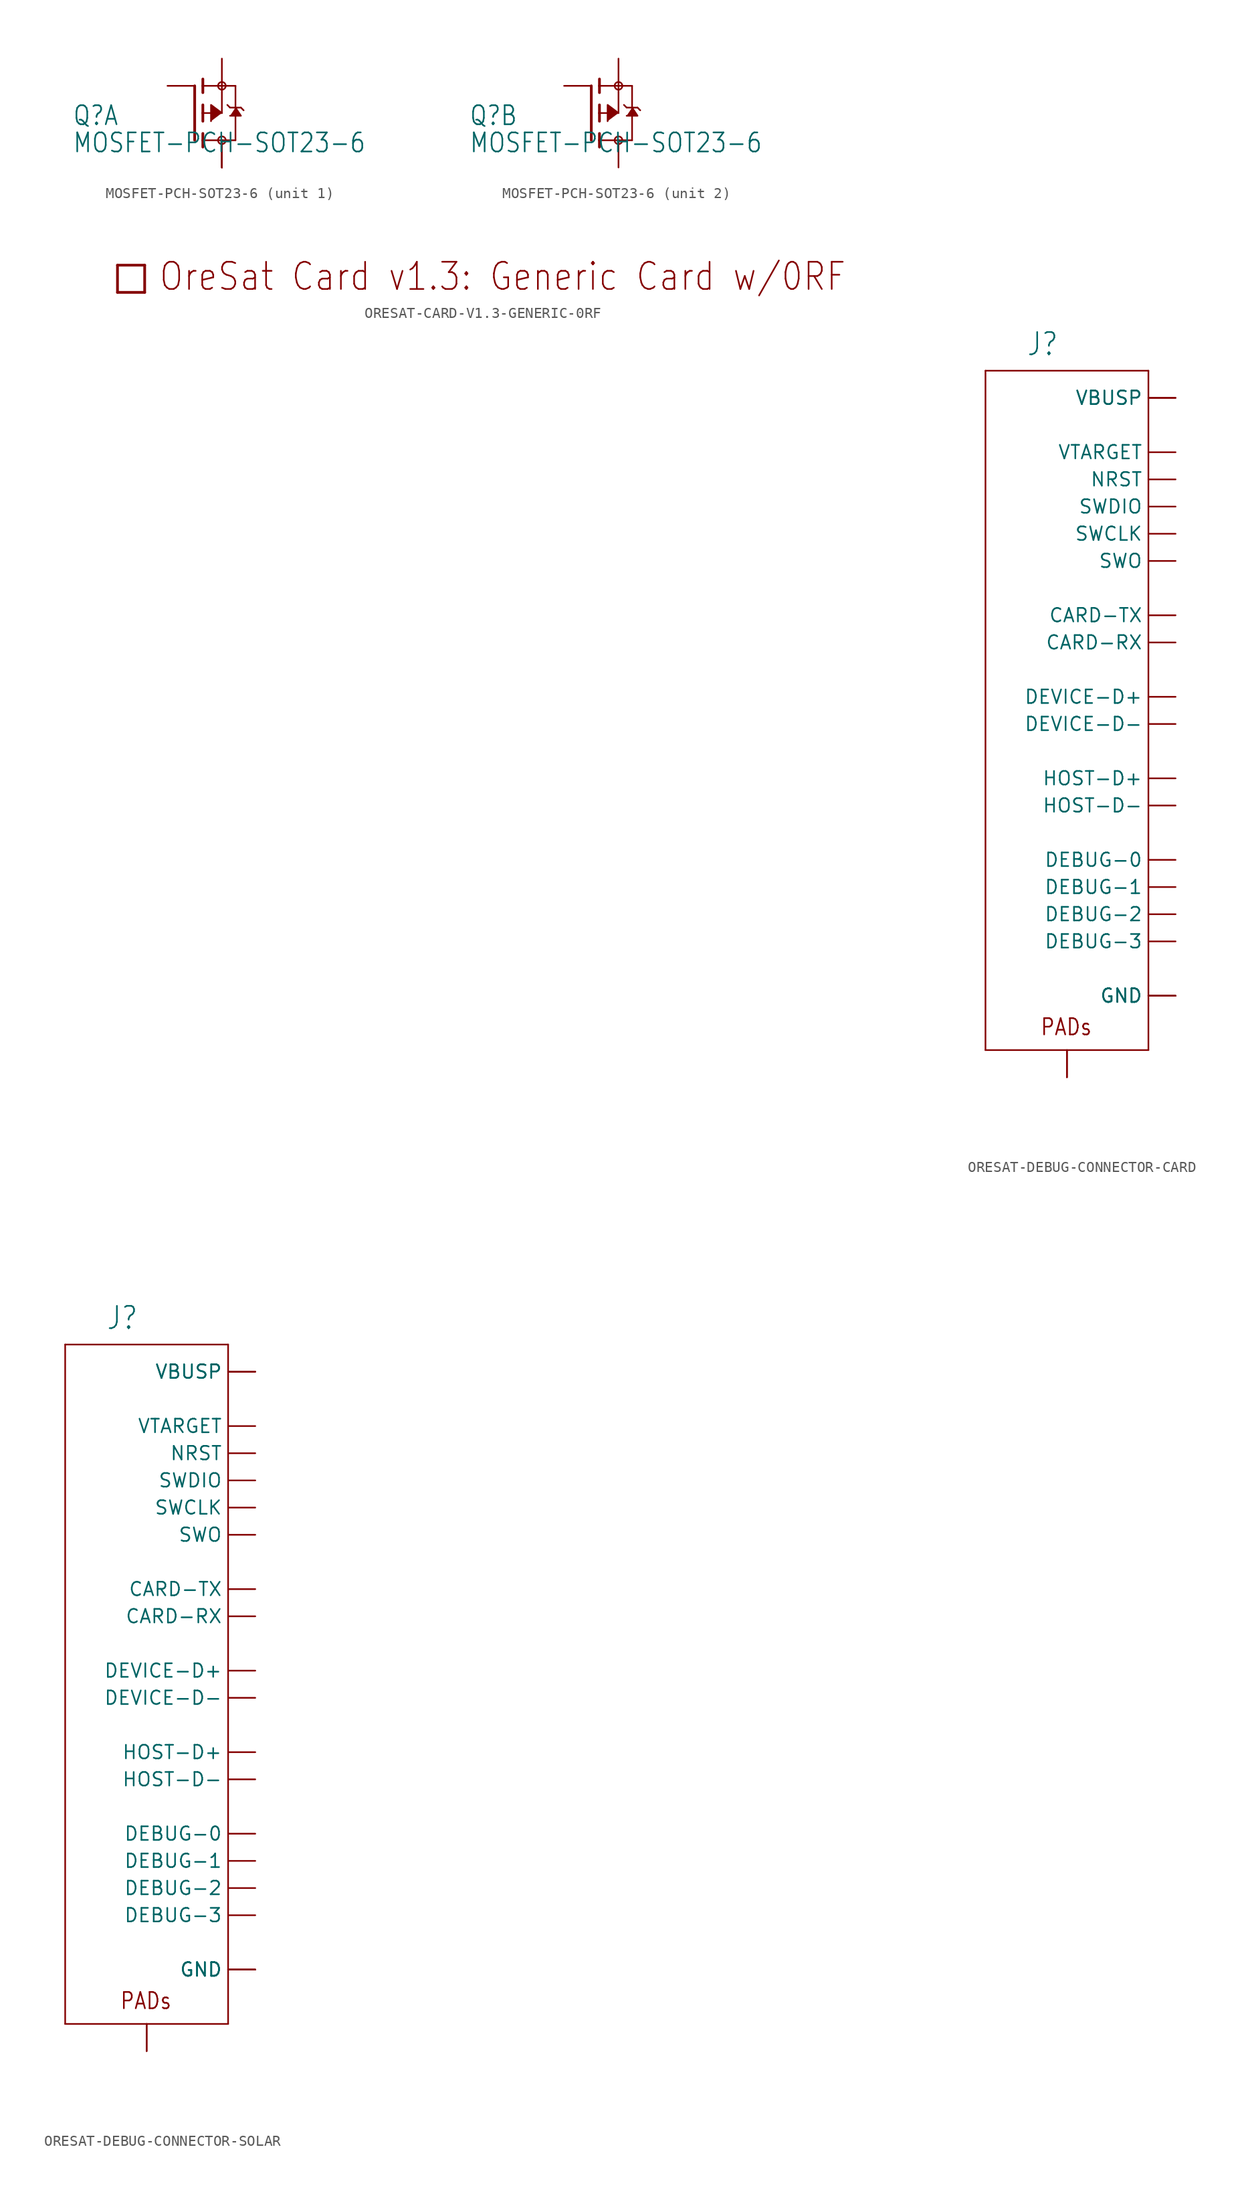
<source format=kicad_sym>
(kicad_symbol_lib
  (version 20211014)
  (generator kicad_symbol_editor)
  (symbol "MOSFET-PCH-SOT23-6"
    (property "Reference" "Q"
      (at -11.43 -1.27 0)
      (effects (font (size 1.778 1.511)) (justify left bottom)))
    (property "Value" "MOSFET-PCH-SOT23-6"
      (at -11.43 -3.81 0)
      (effects (font (size 1.778 1.511)) (justify left bottom)))
    (property "ki_locked" ""
      (at 0 0 0)
      (effects (font (size 1.27 1.27))))
    (symbol "MOSFET-PCH-SOT23-6_1_0"
      (polyline (pts (xy 0 -2.54) (xy 0 2.54)) (stroke (width 0.254) (type default) (color 0 0 0 0)) (fill (type none)))
      (polyline (pts (xy 0.762 -3.175) (xy 0.762 -2.54)) (stroke (width 0.254) (type default) (color 0 0 0 0)) (fill (type none)))
      (polyline (pts (xy 0.762 -2.54) (xy 0.762 -1.905)) (stroke (width 0.254) (type default) (color 0 0 0 0)) (fill (type none)))
      (polyline (pts (xy 0.762 -2.54) (xy 3.81 -2.54)) (stroke (width 0.152) (type default) (color 0 0 0 0)) (fill (type none)))
      (polyline (pts (xy 0.762 -0.762) (xy 0.762 0)) (stroke (width 0.254) (type default) (color 0 0 0 0)) (fill (type none)))
      (polyline (pts (xy 0.762 0) (xy 0.762 0.762)) (stroke (width 0.254) (type default) (color 0 0 0 0)) (fill (type none)))
      (polyline (pts (xy 0.762 0) (xy 2.54 0)) (stroke (width 0.152) (type default) (color 0 0 0 0)) (fill (type none)))
      (polyline (pts (xy 0.762 1.905) (xy 0.762 2.54)) (stroke (width 0.254) (type default) (color 0 0 0 0)) (fill (type none)))
      (polyline (pts (xy 0.762 2.54) (xy 0.762 3.175)) (stroke (width 0.254) (type default) (color 0 0 0 0)) (fill (type none)))
      (polyline (pts (xy 2.54 0) (xy 2.54 2.54)) (stroke (width 0.152) (type default) (color 0 0 0 0)) (fill (type none)))
      (polyline (pts (xy 2.54 2.54) (xy 0.762 2.54)) (stroke (width 0.152) (type default) (color 0 0 0 0)) (fill (type none)))
      (polyline (pts (xy 2.54 2.54) (xy 3.81 2.54)) (stroke (width 0.152) (type default) (color 0 0 0 0)) (fill (type none)))
      (polyline (pts (xy 3.048 0.762) (xy 3.302 0.508)) (stroke (width 0.152) (type default) (color 0 0 0 0)) (fill (type none)))
      (polyline (pts (xy 3.302 0.508) (xy 3.81 0.508)) (stroke (width 0.152) (type default) (color 0 0 0 0)) (fill (type none)))
      (polyline (pts (xy 3.81 -2.54) (xy 3.81 0.508)) (stroke (width 0.152) (type default) (color 0 0 0 0)) (fill (type none)))
      (polyline (pts (xy 3.81 0.508) (xy 3.81 2.54)) (stroke (width 0.152) (type default) (color 0 0 0 0)) (fill (type none)))
      (polyline (pts (xy 3.81 0.508) (xy 4.318 0.508)) (stroke (width 0.152) (type default) (color 0 0 0 0)) (fill (type none)))
      (polyline (pts (xy 4.318 0.508) (xy 4.572 0.254)) (stroke (width 0.152) (type default) (color 0 0 0 0)) (fill (type none)))
      (polyline (pts (xy 2.54 0) (xy 1.524 0.762) (xy 1.524 -0.762)) (stroke (width 0) (type default) (color 0 0 0 0)) (fill (type outline)))
      (polyline (pts (xy 3.81 0.508) (xy 4.318 -0.254) (xy 3.302 -0.254)) (stroke (width 0) (type default) (color 0 0 0 0)) (fill (type outline)))
      (circle (center 2.54 -2.54) (radius 0.359) (stroke (width 0) (type default) (color 0 0 0 0)) (fill (type none)))
      (circle (center 2.54 2.54) (radius 0.359) (stroke (width 0) (type default) (color 0 0 0 0)) (fill (type none)))
      (pin passive line (at 2.54 -5.08 90) (length 2.54) (name "D" (effects (font (size 0 0)))) (number "1" (effects (font (size 0 0)))))
      (pin passive line (at 2.54 -5.08 90) (length 2.54) (name "D" (effects (font (size 0 0)))) (number "2" (effects (font (size 0 0)))))
      (pin passive line (at -2.54 2.54 0) (length 2.54) (name "G" (effects (font (size 0 0)))) (number "3" (effects (font (size 0 0)))))
      (pin passive line (at 2.54 5.08 270) (length 2.54) (name "S" (effects (font (size 0 0)))) (number "4" (effects (font (size 0 0)))))
      (pin passive line (at 2.54 -5.08 90) (length 2.54) (name "D" (effects (font (size 0 0)))) (number "5" (effects (font (size 0 0)))))
      (pin passive line (at 2.54 -5.08 90) (length 2.54) (name "D" (effects (font (size 0 0)))) (number "6" (effects (font (size 0 0))))))
    (symbol "MOSFET-PCH-SOT23-6_2_0"
      (polyline (pts (xy 0 -2.54) (xy 0 2.54)) (stroke (width 0.254) (type default) (color 0 0 0 0)) (fill (type none)))
      (polyline (pts (xy 0.762 -3.175) (xy 0.762 -2.54)) (stroke (width 0.254) (type default) (color 0 0 0 0)) (fill (type none)))
      (polyline (pts (xy 0.762 -2.54) (xy 0.762 -1.905)) (stroke (width 0.254) (type default) (color 0 0 0 0)) (fill (type none)))
      (polyline (pts (xy 0.762 -2.54) (xy 3.81 -2.54)) (stroke (width 0.152) (type default) (color 0 0 0 0)) (fill (type none)))
      (polyline (pts (xy 0.762 -0.762) (xy 0.762 0)) (stroke (width 0.254) (type default) (color 0 0 0 0)) (fill (type none)))
      (polyline (pts (xy 0.762 0) (xy 0.762 0.762)) (stroke (width 0.254) (type default) (color 0 0 0 0)) (fill (type none)))
      (polyline (pts (xy 0.762 0) (xy 2.54 0)) (stroke (width 0.152) (type default) (color 0 0 0 0)) (fill (type none)))
      (polyline (pts (xy 0.762 1.905) (xy 0.762 2.54)) (stroke (width 0.254) (type default) (color 0 0 0 0)) (fill (type none)))
      (polyline (pts (xy 0.762 2.54) (xy 0.762 3.175)) (stroke (width 0.254) (type default) (color 0 0 0 0)) (fill (type none)))
      (polyline (pts (xy 2.54 0) (xy 2.54 2.54)) (stroke (width 0.152) (type default) (color 0 0 0 0)) (fill (type none)))
      (polyline (pts (xy 2.54 2.54) (xy 0.762 2.54)) (stroke (width 0.152) (type default) (color 0 0 0 0)) (fill (type none)))
      (polyline (pts (xy 2.54 2.54) (xy 3.81 2.54)) (stroke (width 0.152) (type default) (color 0 0 0 0)) (fill (type none)))
      (polyline (pts (xy 3.048 0.762) (xy 3.302 0.508)) (stroke (width 0.152) (type default) (color 0 0 0 0)) (fill (type none)))
      (polyline (pts (xy 3.302 0.508) (xy 3.81 0.508)) (stroke (width 0.152) (type default) (color 0 0 0 0)) (fill (type none)))
      (polyline (pts (xy 3.81 -2.54) (xy 3.81 0.508)) (stroke (width 0.152) (type default) (color 0 0 0 0)) (fill (type none)))
      (polyline (pts (xy 3.81 0.508) (xy 3.81 2.54)) (stroke (width 0.152) (type default) (color 0 0 0 0)) (fill (type none)))
      (polyline (pts (xy 3.81 0.508) (xy 4.318 0.508)) (stroke (width 0.152) (type default) (color 0 0 0 0)) (fill (type none)))
      (polyline (pts (xy 4.318 0.508) (xy 4.572 0.254)) (stroke (width 0.152) (type default) (color 0 0 0 0)) (fill (type none)))
      (polyline (pts (xy 2.54 0) (xy 1.524 0.762) (xy 1.524 -0.762)) (stroke (width 0) (type default) (color 0 0 0 0)) (fill (type outline)))
      (polyline (pts (xy 3.81 0.508) (xy 4.318 -0.254) (xy 3.302 -0.254)) (stroke (width 0) (type default) (color 0 0 0 0)) (fill (type outline)))
      (circle (center 2.54 -2.54) (radius 0.359) (stroke (width 0) (type default) (color 0 0 0 0)) (fill (type none)))
      (circle (center 2.54 2.54) (radius 0.359) (stroke (width 0) (type default) (color 0 0 0 0)) (fill (type none)))
      (pin passive line (at 2.54 5.08 270) (length 2.54) (name "S" (effects (font (size 0 0)))) (number "2" (effects (font (size 0 0)))))
      (pin passive line (at -2.54 2.54 0) (length 2.54) (name "G" (effects (font (size 0 0)))) (number "3" (effects (font (size 0 0)))))
      (pin passive line (at 2.54 -5.08 90) (length 2.54) (name "D" (effects (font (size 0 0)))) (number "4" (effects (font (size 0 0)))))))
  (symbol "ORESAT-CARD-V1.3-GENERIC-0RF"
    (property "Reference" "PCB"
      (at 0 0 0)
      (effects (font (size 1.27 1.27)) hide))
    (property "ki_locked" ""
      (at 0 0 0)
      (effects (font (size 1.27 1.27))))
    (symbol "ORESAT-CARD-V1.3-GENERIC-0RF_1_0"
      (polyline (pts (xy -1.27 -1.27) (xy 1.27 -1.27)) (stroke (width 0.254) (type default) (color 0 0 0 0)) (fill (type none)))
      (polyline (pts (xy -1.27 1.27) (xy -1.27 -1.27)) (stroke (width 0.254) (type default) (color 0 0 0 0)) (fill (type none)))
      (polyline (pts (xy 1.27 -1.27) (xy 1.27 1.27)) (stroke (width 0.254) (type default) (color 0 0 0 0)) (fill (type none)))
      (polyline (pts (xy 1.27 1.27) (xy -1.27 1.27)) (stroke (width 0.254) (type default) (color 0 0 0 0)) (fill (type none)))
      (text "OreSat Card v1.3: Generic Card w/0RF" (at 2.54 -1.27 0) (effects (font (size 2.54 2.159)) (justify left bottom)))))
  (symbol "ORESAT-DEBUG-CONNECTOR-CARD"
    (property "Reference" "J"
      (at -2.54 31.75 0)
      (effects (font (size 2.083 1.77)) (justify left bottom)))
    (property "ki_locked" ""
      (at 0 0 0)
      (effects (font (size 1.27 1.27))))
    (symbol "ORESAT-DEBUG-CONNECTOR-CARD_1_0"
      (polyline (pts (xy -6.35 -33.02) (xy 8.89 -33.02)) (stroke (width 0.152) (type default) (color 0 0 0 0)) (fill (type none)))
      (polyline (pts (xy -6.35 30.48) (xy -6.35 -33.02)) (stroke (width 0.152) (type default) (color 0 0 0 0)) (fill (type none)))
      (polyline (pts (xy 8.89 -33.02) (xy 8.89 30.48)) (stroke (width 0.152) (type default) (color 0 0 0 0)) (fill (type none)))
      (polyline (pts (xy 8.89 30.48) (xy -6.35 30.48)) (stroke (width 0.152) (type default) (color 0 0 0 0)) (fill (type none)))
      (text "PADs" (at -1.27 -31.75 0) (effects (font (size 1.524 1.295)) (justify left bottom)))
      (pin passive line (at 11.43 27.94 180) (length 2.54) (name "VBUSP" (effects (font (size 1.27 1.27)))) (number "1" (effects (font (size 0 0)))))
      (pin passive line (at 11.43 20.32 180) (length 2.54) (name "NRST" (effects (font (size 1.27 1.27)))) (number "10" (effects (font (size 0 0)))))
      (pin passive line (at 11.43 22.86 180) (length 2.54) (name "VTARGET" (effects (font (size 1.27 1.27)))) (number "11" (effects (font (size 0 0)))))
      (pin passive line (at 11.43 5.08 180) (length 2.54) (name "CARD-RX" (effects (font (size 1.27 1.27)))) (number "12" (effects (font (size 0 0)))))
      (pin passive line (at 11.43 7.62 180) (length 2.54) (name "CARD-TX" (effects (font (size 1.27 1.27)))) (number "13" (effects (font (size 0 0)))))
      (pin passive line (at 11.43 17.78 180) (length 2.54) (name "SWDIO" (effects (font (size 1.27 1.27)))) (number "14" (effects (font (size 0 0)))))
      (pin passive line (at 11.43 15.24 180) (length 2.54) (name "SWCLK" (effects (font (size 1.27 1.27)))) (number "15" (effects (font (size 0 0)))))
      (pin passive line (at 11.43 12.7 180) (length 2.54) (name "SWO" (effects (font (size 1.27 1.27)))) (number "16" (effects (font (size 0 0)))))
      (pin passive line (at 11.43 -15.24 180) (length 2.54) (name "DEBUG-0" (effects (font (size 1.27 1.27)))) (number "17" (effects (font (size 0 0)))))
      (pin passive line (at 11.43 -17.78 180) (length 2.54) (name "DEBUG-1" (effects (font (size 1.27 1.27)))) (number "18" (effects (font (size 0 0)))))
      (pin passive line (at 11.43 -20.32 180) (length 2.54) (name "DEBUG-2" (effects (font (size 1.27 1.27)))) (number "19" (effects (font (size 0 0)))))
      (pin passive line (at 11.43 27.94 180) (length 2.54) (name "VBUSP" (effects (font (size 1.27 1.27)))) (number "2" (effects (font (size 0 0)))))
      (pin passive line (at 11.43 -22.86 180) (length 2.54) (name "DEBUG-3" (effects (font (size 1.27 1.27)))) (number "20" (effects (font (size 0 0)))))
      (pin passive line (at 11.43 -27.94 180) (length 2.54) (name "GND" (effects (font (size 1.27 1.27)))) (number "3" (effects (font (size 0 0)))))
      (pin passive line (at 11.43 0 180) (length 2.54) (name "DEVICE-D+" (effects (font (size 1.27 1.27)))) (number "4" (effects (font (size 0 0)))))
      (pin passive line (at 11.43 -2.54 180) (length 2.54) (name "DEVICE-D-" (effects (font (size 1.27 1.27)))) (number "5" (effects (font (size 0 0)))))
      (pin passive line (at 11.43 -27.94 180) (length 2.54) (name "GND" (effects (font (size 1.27 1.27)))) (number "6" (effects (font (size 0 0)))))
      (pin passive line (at 11.43 -7.62 180) (length 2.54) (name "HOST-D+" (effects (font (size 1.27 1.27)))) (number "7" (effects (font (size 0 0)))))
      (pin passive line (at 11.43 -10.16 180) (length 2.54) (name "HOST-D-" (effects (font (size 1.27 1.27)))) (number "8" (effects (font (size 0 0)))))
      (pin passive line (at 11.43 -27.94 180) (length 2.54) (name "GND" (effects (font (size 1.27 1.27)))) (number "9" (effects (font (size 0 0)))))
      (pin bidirectional line (at 1.27 -35.56 90) (length 2.54) (name "PAD" (effects (font (size 0 0)))) (number "PAD1" (effects (font (size 0 0)))))
      (pin bidirectional line (at 1.27 -35.56 90) (length 2.54) (name "PAD" (effects (font (size 0 0)))) (number "PAD2" (effects (font (size 0 0)))))))
  (symbol "ORESAT-DEBUG-CONNECTOR-SOLAR"
    (property "Reference" "J"
      (at -2.54 31.75 0)
      (effects (font (size 2.083 1.77)) (justify left bottom)))
    (property "ki_locked" ""
      (at 0 0 0)
      (effects (font (size 1.27 1.27))))
    (symbol "ORESAT-DEBUG-CONNECTOR-SOLAR_1_0"
      (polyline (pts (xy -6.35 -33.02) (xy 8.89 -33.02)) (stroke (width 0.152) (type default) (color 0 0 0 0)) (fill (type none)))
      (polyline (pts (xy -6.35 30.48) (xy -6.35 -33.02)) (stroke (width 0.152) (type default) (color 0 0 0 0)) (fill (type none)))
      (polyline (pts (xy 8.89 -33.02) (xy 8.89 30.48)) (stroke (width 0.152) (type default) (color 0 0 0 0)) (fill (type none)))
      (polyline (pts (xy 8.89 30.48) (xy -6.35 30.48)) (stroke (width 0.152) (type default) (color 0 0 0 0)) (fill (type none)))
      (text "PADs" (at -1.27 -31.75 0) (effects (font (size 1.524 1.295)) (justify left bottom)))
      (pin passive line (at 11.43 27.94 180) (length 2.54) (name "VBUSP" (effects (font (size 1.27 1.27)))) (number "1" (effects (font (size 0 0)))))
      (pin passive line (at 11.43 20.32 180) (length 2.54) (name "NRST" (effects (font (size 1.27 1.27)))) (number "10" (effects (font (size 0 0)))))
      (pin passive line (at 11.43 22.86 180) (length 2.54) (name "VTARGET" (effects (font (size 1.27 1.27)))) (number "11" (effects (font (size 0 0)))))
      (pin passive line (at 11.43 5.08 180) (length 2.54) (name "CARD-RX" (effects (font (size 1.27 1.27)))) (number "12" (effects (font (size 0 0)))))
      (pin passive line (at 11.43 7.62 180) (length 2.54) (name "CARD-TX" (effects (font (size 1.27 1.27)))) (number "13" (effects (font (size 0 0)))))
      (pin passive line (at 11.43 17.78 180) (length 2.54) (name "SWDIO" (effects (font (size 1.27 1.27)))) (number "14" (effects (font (size 0 0)))))
      (pin passive line (at 11.43 15.24 180) (length 2.54) (name "SWCLK" (effects (font (size 1.27 1.27)))) (number "15" (effects (font (size 0 0)))))
      (pin passive line (at 11.43 12.7 180) (length 2.54) (name "SWO" (effects (font (size 1.27 1.27)))) (number "16" (effects (font (size 0 0)))))
      (pin passive line (at 11.43 -15.24 180) (length 2.54) (name "DEBUG-0" (effects (font (size 1.27 1.27)))) (number "17" (effects (font (size 0 0)))))
      (pin passive line (at 11.43 -17.78 180) (length 2.54) (name "DEBUG-1" (effects (font (size 1.27 1.27)))) (number "18" (effects (font (size 0 0)))))
      (pin passive line (at 11.43 -20.32 180) (length 2.54) (name "DEBUG-2" (effects (font (size 1.27 1.27)))) (number "19" (effects (font (size 0 0)))))
      (pin passive line (at 11.43 27.94 180) (length 2.54) (name "VBUSP" (effects (font (size 1.27 1.27)))) (number "2" (effects (font (size 0 0)))))
      (pin passive line (at 11.43 -22.86 180) (length 2.54) (name "DEBUG-3" (effects (font (size 1.27 1.27)))) (number "20" (effects (font (size 0 0)))))
      (pin passive line (at 11.43 -27.94 180) (length 2.54) (name "GND" (effects (font (size 1.27 1.27)))) (number "3" (effects (font (size 0 0)))))
      (pin passive line (at 11.43 0 180) (length 2.54) (name "DEVICE-D+" (effects (font (size 1.27 1.27)))) (number "4" (effects (font (size 0 0)))))
      (pin passive line (at 11.43 -2.54 180) (length 2.54) (name "DEVICE-D-" (effects (font (size 1.27 1.27)))) (number "5" (effects (font (size 0 0)))))
      (pin passive line (at 11.43 -27.94 180) (length 2.54) (name "GND" (effects (font (size 1.27 1.27)))) (number "6" (effects (font (size 0 0)))))
      (pin passive line (at 11.43 -7.62 180) (length 2.54) (name "HOST-D+" (effects (font (size 1.27 1.27)))) (number "7" (effects (font (size 0 0)))))
      (pin passive line (at 11.43 -10.16 180) (length 2.54) (name "HOST-D-" (effects (font (size 1.27 1.27)))) (number "8" (effects (font (size 0 0)))))
      (pin passive line (at 11.43 -27.94 180) (length 2.54) (name "GND" (effects (font (size 1.27 1.27)))) (number "9" (effects (font (size 0 0)))))
      (pin bidirectional line (at 1.27 -35.56 90) (length 2.54) (name "PAD" (effects (font (size 0 0)))) (number "PAD1" (effects (font (size 0 0)))))
      (pin bidirectional line (at 1.27 -35.56 90) (length 2.54) (name "PAD" (effects (font (size 0 0)))) (number "PAD2" (effects (font (size 0 0))))))))
</source>
